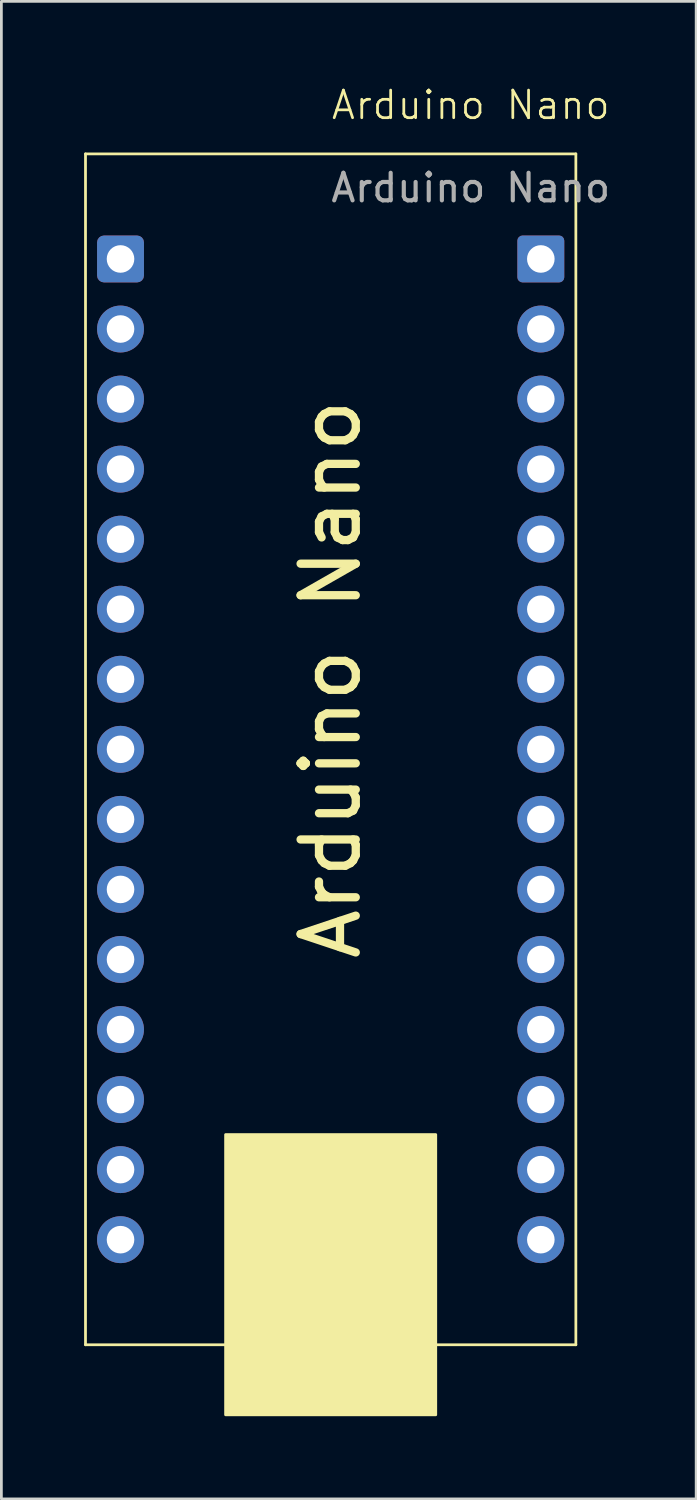
<source format=kicad_pcb>
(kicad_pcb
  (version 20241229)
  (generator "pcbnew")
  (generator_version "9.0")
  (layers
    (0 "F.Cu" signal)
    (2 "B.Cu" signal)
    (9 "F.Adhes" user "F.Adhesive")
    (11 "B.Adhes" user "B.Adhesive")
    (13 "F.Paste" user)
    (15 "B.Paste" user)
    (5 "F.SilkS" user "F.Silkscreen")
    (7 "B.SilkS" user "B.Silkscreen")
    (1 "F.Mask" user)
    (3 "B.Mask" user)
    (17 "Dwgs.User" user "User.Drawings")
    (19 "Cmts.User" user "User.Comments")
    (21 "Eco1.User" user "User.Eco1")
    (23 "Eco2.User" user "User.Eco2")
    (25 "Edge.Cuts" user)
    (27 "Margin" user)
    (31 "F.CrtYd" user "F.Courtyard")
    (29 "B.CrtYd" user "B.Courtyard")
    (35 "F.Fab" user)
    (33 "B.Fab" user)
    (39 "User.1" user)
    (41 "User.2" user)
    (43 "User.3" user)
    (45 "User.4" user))
  (footprint "Arduino Nano"
    (layer "F.Cu")
    (at 1.32 6.34)
    (property "Reference" "Arduino Nano" (at 12.7 -5.58 0) (unlocked yes) (layer "F.SilkS") (effects (font (size 1 1) (thickness 0.1))))
    (attr through_hole)
    (fp_line (start -1.27 -3.81) (end 16.51 -3.81) (stroke (width 0.1) (type default)) (layer "F.SilkS"))
    (fp_line (start -1.27 39.37) (end -1.27 -3.81) (stroke (width 0.1) (type default)) (layer "F.SilkS"))
    (fp_line (start 16.51 -3.81) (end 16.51 39.37) (stroke (width 0.1) (type default)) (layer "F.SilkS"))
    (fp_line (start 16.51 39.37) (end -1.27 39.37) (stroke (width 0.1) (type default)) (layer "F.SilkS"))
    (fp_rect (start 3.81 31.75) (end 11.43 41.91) (stroke (width 0.1) (type solid)) (fill yes) (layer "F.SilkS"))
    (fp_text user "Arduino Nano" (at 7.62 15.24 90) (unlocked yes) (layer "F.SilkS") (effects (font (size 2 2) (thickness 0.3))))
    (fp_text user "${REFERENCE}" (at 12.7 -2.58 0) (unlocked yes) (layer "F.Fab") (effects (font (size 1 1) (thickness 0.15))))
    (pad "1" thru_hole roundrect (at 0 0) (size 1.7 1.7) (drill 1) (layers "*.Cu" "*.Mask") (roundrect_rratio 0.147))
    (pad "2" thru_hole circle (at 0 2.54) (size 1.7 1.7) (drill 1) (layers "*.Cu" "*.Mask"))
    (pad "3" thru_hole circle (at 0 5.08) (size 1.7 1.7) (drill 1) (layers "*.Cu" "*.Mask"))
    (pad "4" thru_hole circle (at 0 7.62) (size 1.7 1.7) (drill 1) (layers "*.Cu" "*.Mask"))
    (pad "5" thru_hole circle (at 0 10.16) (size 1.7 1.7) (drill 1) (layers "*.Cu" "*.Mask"))
    (pad "6" thru_hole circle (at 0 12.7) (size 1.7 1.7) (drill 1) (layers "*.Cu" "*.Mask"))
    (pad "7" thru_hole circle (at 0 15.24) (size 1.7 1.7) (drill 1) (layers "*.Cu" "*.Mask"))
    (pad "8" thru_hole circle (at 0 17.78) (size 1.7 1.7) (drill 1) (layers "*.Cu" "*.Mask"))
    (pad "9" thru_hole circle (at 0 20.32) (size 1.7 1.7) (drill 1) (layers "*.Cu" "*.Mask"))
    (pad "10" thru_hole circle (at 0 22.86) (size 1.7 1.7) (drill 1) (layers "*.Cu" "*.Mask"))
    (pad "11" thru_hole circle (at 0 25.4) (size 1.7 1.7) (drill 1) (layers "*.Cu" "*.Mask"))
    (pad "12" thru_hole circle (at 0 27.94) (size 1.7 1.7) (drill 1) (layers "*.Cu" "*.Mask"))
    (pad "13" thru_hole circle (at 0 30.48) (size 1.7 1.7) (drill 1) (layers "*.Cu" "*.Mask"))
    (pad "14" thru_hole circle (at 0 33.02) (size 1.7 1.7) (drill 1) (layers "*.Cu" "*.Mask"))
    (pad "15" thru_hole circle (at 0 35.56) (size 1.7 1.7) (drill 1) (layers "*.Cu" "*.Mask"))
    (pad "16" thru_hole circle (at 15.24 35.56) (size 1.7 1.7) (drill 1) (layers "*.Cu" "*.Mask"))
    (pad "17" thru_hole circle (at 15.24 33.02) (size 1.7 1.7) (drill 1) (layers "*.Cu" "*.Mask"))
    (pad "18" thru_hole circle (at 15.24 30.48) (size 1.7 1.7) (drill 1) (layers "*.Cu" "*.Mask"))
    (pad "19" thru_hole circle (at 15.24 27.94) (size 1.7 1.7) (drill 1) (layers "*.Cu" "*.Mask"))
    (pad "20" thru_hole circle (at 15.24 25.4) (size 1.7 1.7) (drill 1) (layers "*.Cu" "*.Mask"))
    (pad "21" thru_hole circle (at 15.24 22.86) (size 1.7 1.7) (drill 1) (layers "*.Cu" "*.Mask"))
    (pad "22" thru_hole circle (at 15.24 20.32) (size 1.7 1.7) (drill 1) (layers "*.Cu" "*.Mask"))
    (pad "23" thru_hole circle (at 15.24 17.78) (size 1.7 1.7) (drill 1) (layers "*.Cu" "*.Mask"))
    (pad "24" thru_hole circle (at 15.24 15.24) (size 1.7 1.7) (drill 1) (layers "*.Cu" "*.Mask"))
    (pad "25" thru_hole circle (at 15.24 12.7) (size 1.7 1.7) (drill 1) (layers "*.Cu" "*.Mask"))
    (pad "26" thru_hole circle (at 15.24 10.16) (size 1.7 1.7) (drill 1) (layers "*.Cu" "*.Mask"))
    (pad "27" thru_hole circle (at 15.24 7.62) (size 1.7 1.7) (drill 1) (layers "*.Cu" "*.Mask"))
    (pad "28" thru_hole circle (at 15.24 5.08) (size 1.7 1.7) (drill 1) (layers "*.Cu" "*.Mask"))
    (pad "29" thru_hole circle (at 15.24 2.54) (size 1.7 1.7) (drill 1) (layers "*.Cu" "*.Mask"))
    (pad "30" thru_hole roundrect (at 15.24 0 90) (size 1.7 1.7) (drill 1) (layers "*.Cu" "*.Mask") (roundrect_rratio 0.11)))
  (gr_rect
    (start -3 -3)
    (end 22.193 51.3)
    (stroke (width 0.1) (type default))
    (fill no)
    (layer "Edge.Cuts")))
</source>
